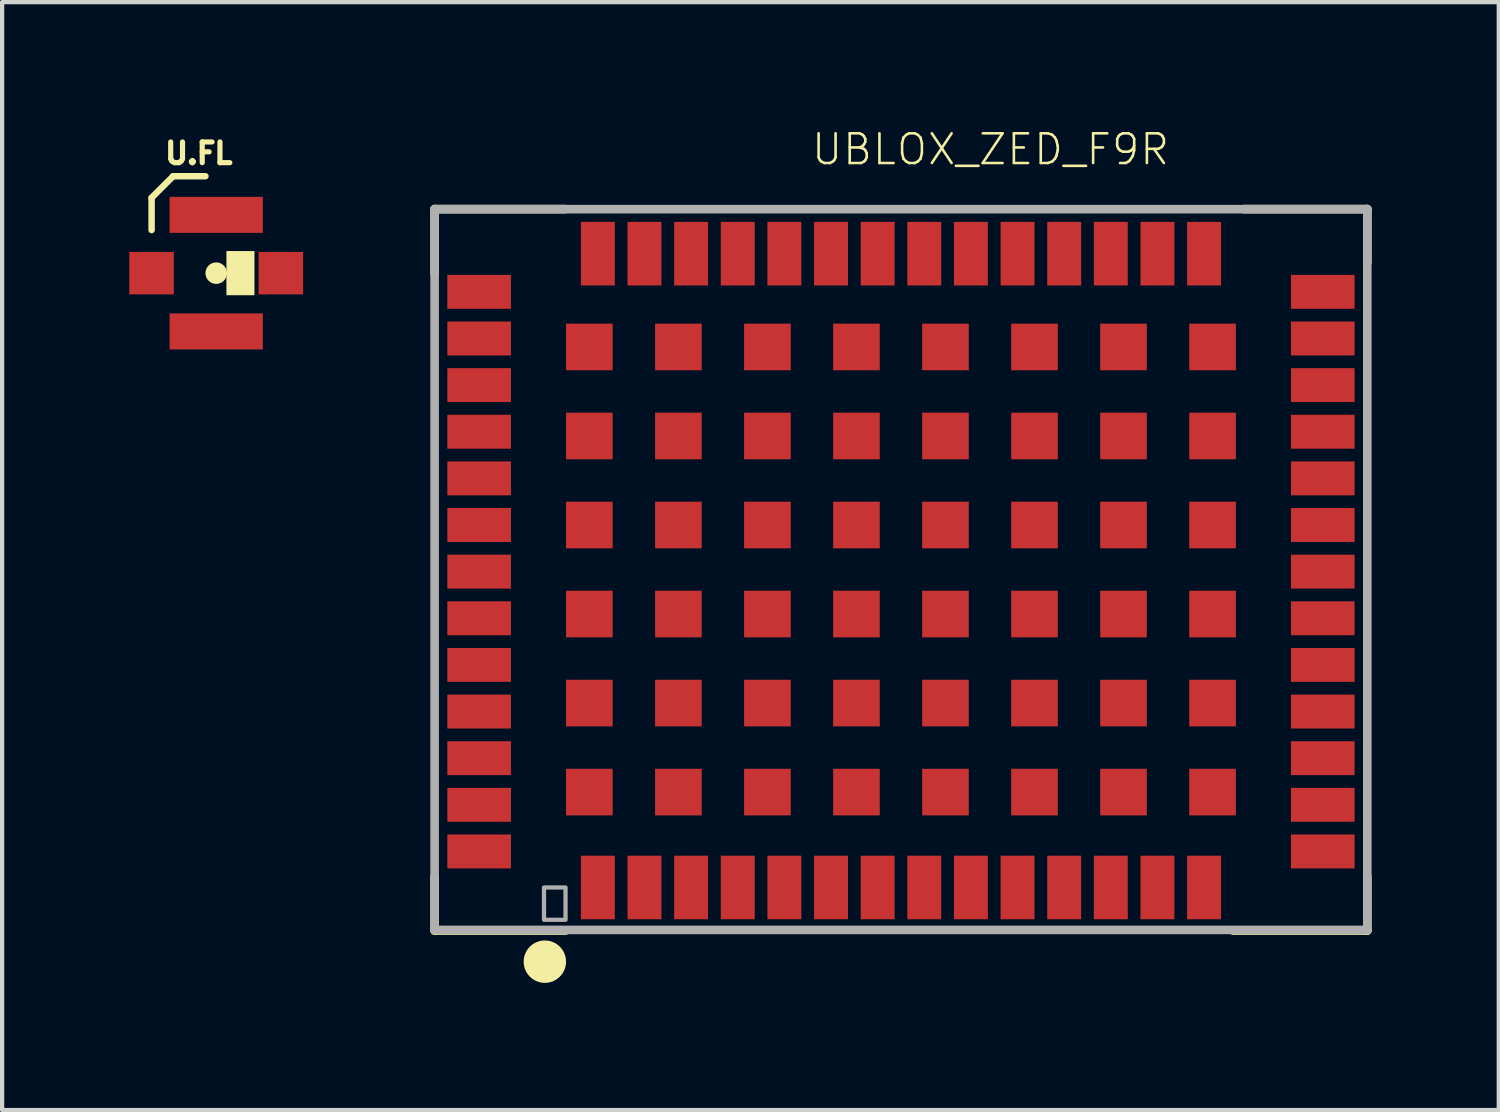
<source format=kicad_pcb>
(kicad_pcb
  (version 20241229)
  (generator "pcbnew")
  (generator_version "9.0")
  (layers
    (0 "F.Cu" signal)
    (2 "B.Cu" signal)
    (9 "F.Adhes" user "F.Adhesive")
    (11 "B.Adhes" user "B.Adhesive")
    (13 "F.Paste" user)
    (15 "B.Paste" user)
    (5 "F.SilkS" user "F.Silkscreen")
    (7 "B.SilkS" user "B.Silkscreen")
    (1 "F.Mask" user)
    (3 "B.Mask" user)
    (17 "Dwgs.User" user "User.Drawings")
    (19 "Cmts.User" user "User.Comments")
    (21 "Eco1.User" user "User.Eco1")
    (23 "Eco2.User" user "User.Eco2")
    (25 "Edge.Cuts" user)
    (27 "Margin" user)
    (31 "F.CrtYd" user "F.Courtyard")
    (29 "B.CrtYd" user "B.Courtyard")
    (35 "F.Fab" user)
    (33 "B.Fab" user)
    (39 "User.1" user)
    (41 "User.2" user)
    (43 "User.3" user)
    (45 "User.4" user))
  (footprint "U.FL"
    (layer "F.Cu")
    (at 2.05 3.393)
    (property "Reference" "U.FL" (at -1.27 -2.54 0) (layer "F.SilkS") (effects (font (size 0.488 0.488) (thickness 0.122)) (justify left bottom)))
    (fp_line (start -1.524 -1.778) (end -1.016 -2.286) (stroke (width 0.152) (type solid)) (layer "F.SilkS"))
    (fp_line (start -1.524 -1.016) (end -1.524 -1.778) (stroke (width 0.152) (type solid)) (layer "F.SilkS"))
    (fp_line (start -1.016 -2.286) (end -0.254 -2.286) (stroke (width 0.152) (type solid)) (layer "F.SilkS"))
    (fp_circle (center 0 0) (end 0.127 0) (stroke (width 0.254) (type solid)) (fill no) (layer "F.SilkS"))
    (fp_poly (pts (xy 0.902 0.521) (xy 0.241 0.521) (xy 0.241 -0.521) (xy 0.902 -0.521)) (stroke (width 0) (type solid)) (fill yes) (layer "F.SilkS"))
    (pad "1" smd rect (at 0 -1.375) (size 2.2 0.85) (layers "F.Cu" "F.Mask" "F.Paste"))
    (pad "2" smd rect (at 0 1.375) (size 2.2 0.85) (layers "F.Cu" "F.Mask" "F.Paste"))
    (pad "FEED" smd rect (at 1.525 0) (size 1.05 1) (layers "F.Cu" "F.Mask" "F.Paste"))
    (pad "NC" smd rect (at -1.525 0) (size 1.05 1) (layers "F.Cu" "F.Mask" "F.Paste")))
  (footprint "UBLOX_ZED_F9R"
    (layer "F.Cu")
    (at 18.164 10.264)
    (property "Reference" "UBLOX_ZED_F9R" (at -2.112 -9.38 0) (layer "F.SilkS") (effects (font (size 0.701 0.701) (thickness 0.061)) (justify left bottom)))
    (fp_line (start -10.962 -8.382) (end -7.874 -8.382) (stroke (width 0.203) (type solid)) (layer "F.SilkS"))
    (fp_line (start -10.962 -6.858) (end -10.962 -8.382) (stroke (width 0.203) (type solid)) (layer "F.SilkS"))
    (fp_line (start -10.962 8.636) (end -10.962 7.366) (stroke (width 0.203) (type solid)) (layer "F.SilkS"))
    (fp_line (start -10.962 8.636) (end -7.874 8.636) (stroke (width 0.203) (type solid)) (layer "F.SilkS"))
    (fp_line (start 7.874 8.636) (end 11.038 8.636) (stroke (width 0.203) (type solid)) (layer "F.SilkS"))
    (fp_line (start 8.128 -8.382) (end 11.038 -8.382) (stroke (width 0.203) (type solid)) (layer "F.SilkS"))
    (fp_line (start 11.038 -8.382) (end 11.038 -7.112) (stroke (width 0.203) (type solid)) (layer "F.SilkS"))
    (fp_line (start 11.038 8.636) (end 11.038 7.366) (stroke (width 0.203) (type solid)) (layer "F.SilkS"))
    (fp_circle (center -8.362 9.37) (end -8.112 9.37) (stroke (width 0.5) (type solid)) (fill yes) (layer "F.SilkS"))
    (fp_line (start -10.962 -8.38) (end -10.962 8.62) (stroke (width 0.203) (type solid)) (layer "F.Fab"))
    (fp_line (start -10.962 8.62) (end 11.038 8.62) (stroke (width 0.203) (type solid)) (layer "F.Fab"))
    (fp_line (start 11.038 -8.38) (end -10.962 -8.38) (stroke (width 0.203) (type solid)) (layer "F.Fab"))
    (fp_line (start 11.038 8.62) (end 11.038 -8.38) (stroke (width 0.203) (type solid)) (layer "F.Fab"))
    (fp_poly (pts (xy -8.382 8.382) (xy -7.874 8.382) (xy -7.874 7.62) (xy -8.382 7.62)) (stroke (width 0.1) (type solid)) (fill no) (layer "F.Fab"))
    (pad "G1" smd rect (at -7.312 5.37) (size 1.1 1.1) (layers "F.Cu" "F.Mask" "F.Paste"))
    (pad "G2" smd rect (at -5.212 5.37) (size 1.1 1.1) (layers "F.Cu" "F.Mask" "F.Paste"))
    (pad "G3" smd rect (at -3.112 5.37) (size 1.1 1.1) (layers "F.Cu" "F.Mask" "F.Paste"))
    (pad "G4" smd rect (at -1.012 5.37) (size 1.1 1.1) (layers "F.Cu" "F.Mask" "F.Paste"))
    (pad "G5" smd rect (at 1.088 5.37) (size 1.1 1.1) (layers "F.Cu" "F.Mask" "F.Paste"))
    (pad "G6" smd rect (at 3.188 5.37) (size 1.1 1.1) (layers "F.Cu" "F.Mask" "F.Paste"))
    (pad "G7" smd rect (at 5.288 5.37) (size 1.1 1.1) (layers "F.Cu" "F.Mask" "F.Paste"))
    (pad "G8" smd rect (at 7.388 5.37) (size 1.1 1.1) (layers "F.Cu" "F.Mask" "F.Paste"))
    (pad "G9" smd rect (at 7.388 3.27) (size 1.1 1.1) (layers "F.Cu" "F.Mask" "F.Paste"))
    (pad "G10" smd rect (at 5.288 3.27) (size 1.1 1.1) (layers "F.Cu" "F.Mask" "F.Paste"))
    (pad "G11" smd rect (at 3.188 3.27) (size 1.1 1.1) (layers "F.Cu" "F.Mask" "F.Paste"))
    (pad "G12" smd rect (at 1.088 3.27) (size 1.1 1.1) (layers "F.Cu" "F.Mask" "F.Paste"))
    (pad "G13" smd rect (at -1.012 3.27) (size 1.1 1.1) (layers "F.Cu" "F.Mask" "F.Paste"))
    (pad "G14" smd rect (at -3.112 3.27) (size 1.1 1.1) (layers "F.Cu" "F.Mask" "F.Paste"))
    (pad "G15" smd rect (at -5.212 3.27) (size 1.1 1.1) (layers "F.Cu" "F.Mask" "F.Paste"))
    (pad "G16" smd rect (at -7.312 3.27) (size 1.1 1.1) (layers "F.Cu" "F.Mask" "F.Paste"))
    (pad "G17" smd rect (at -7.312 1.17) (size 1.1 1.1) (layers "F.Cu" "F.Mask" "F.Paste"))
    (pad "G18" smd rect (at -5.212 1.17) (size 1.1 1.1) (layers "F.Cu" "F.Mask" "F.Paste"))
    (pad "G19" smd rect (at -3.112 1.17) (size 1.1 1.1) (layers "F.Cu" "F.Mask" "F.Paste"))
    (pad "G20" smd rect (at -1.012 1.17) (size 1.1 1.1) (layers "F.Cu" "F.Mask" "F.Paste"))
    (pad "G21" smd rect (at 1.088 1.17) (size 1.1 1.1) (layers "F.Cu" "F.Mask" "F.Paste"))
    (pad "G22" smd rect (at 3.188 1.17) (size 1.1 1.1) (layers "F.Cu" "F.Mask" "F.Paste"))
    (pad "G23" smd rect (at 5.288 1.17) (size 1.1 1.1) (layers "F.Cu" "F.Mask" "F.Paste"))
    (pad "G24" smd rect (at 7.388 1.17) (size 1.1 1.1) (layers "F.Cu" "F.Mask" "F.Paste"))
    (pad "G25" smd rect (at 7.388 -0.93) (size 1.1 1.1) (layers "F.Cu" "F.Mask" "F.Paste"))
    (pad "G26" smd rect (at 5.288 -0.93) (size 1.1 1.1) (layers "F.Cu" "F.Mask" "F.Paste"))
    (pad "G27" smd rect (at 3.188 -0.93) (size 1.1 1.1) (layers "F.Cu" "F.Mask" "F.Paste"))
    (pad "G28" smd rect (at 1.088 -0.93) (size 1.1 1.1) (layers "F.Cu" "F.Mask" "F.Paste"))
    (pad "G29" smd rect (at -1.012 -0.93) (size 1.1 1.1) (layers "F.Cu" "F.Mask" "F.Paste"))
    (pad "G30" smd rect (at -3.112 -0.93) (size 1.1 1.1) (layers "F.Cu" "F.Mask" "F.Paste"))
    (pad "G31" smd rect (at -5.212 -0.93) (size 1.1 1.1) (layers "F.Cu" "F.Mask" "F.Paste"))
    (pad "G32" smd rect (at -7.312 -0.93) (size 1.1 1.1) (layers "F.Cu" "F.Mask" "F.Paste"))
    (pad "G33" smd rect (at -7.312 -3.03) (size 1.1 1.1) (layers "F.Cu" "F.Mask" "F.Paste"))
    (pad "G34" smd rect (at -5.212 -3.03) (size 1.1 1.1) (layers "F.Cu" "F.Mask" "F.Paste"))
    (pad "G35" smd rect (at -3.112 -3.03) (size 1.1 1.1) (layers "F.Cu" "F.Mask" "F.Paste"))
    (pad "G36" smd rect (at -1.012 -3.03) (size 1.1 1.1) (layers "F.Cu" "F.Mask" "F.Paste"))
    (pad "G37" smd rect (at 1.088 -3.03) (size 1.1 1.1) (layers "F.Cu" "F.Mask" "F.Paste"))
    (pad "G38" smd rect (at 3.188 -3.03) (size 1.1 1.1) (layers "F.Cu" "F.Mask" "F.Paste"))
    (pad "G39" smd rect (at 5.288 -3.03) (size 1.1 1.1) (layers "F.Cu" "F.Mask" "F.Paste"))
    (pad "G40" smd rect (at 7.388 -3.03) (size 1.1 1.1) (layers "F.Cu" "F.Mask" "F.Paste"))
    (pad "G41" smd rect (at 7.388 -5.13) (size 1.1 1.1) (layers "F.Cu" "F.Mask" "F.Paste"))
    (pad "G42" smd rect (at 5.288 -5.13) (size 1.1 1.1) (layers "F.Cu" "F.Mask" "F.Paste"))
    (pad "G43" smd rect (at 3.188 -5.13) (size 1.1 1.1) (layers "F.Cu" "F.Mask" "F.Paste"))
    (pad "G44" smd rect (at 1.088 -5.13) (size 1.1 1.1) (layers "F.Cu" "F.Mask" "F.Paste"))
    (pad "G45" smd rect (at -1.012 -5.13) (size 1.1 1.1) (layers "F.Cu" "F.Mask" "F.Paste"))
    (pad "G46" smd rect (at -3.112 -5.13) (size 1.1 1.1) (layers "F.Cu" "F.Mask" "F.Paste"))
    (pad "G47" smd rect (at -5.212 -5.13) (size 1.1 1.1) (layers "F.Cu" "F.Mask" "F.Paste"))
    (pad "G48" smd rect (at -7.312 -5.13) (size 1.1 1.1) (layers "F.Cu" "F.Mask" "F.Paste"))
    (pad "P1" smd rect (at -7.112 7.62) (size 0.8 1.5) (layers "F.Cu" "F.Mask" "F.Paste"))
    (pad "P2" smd rect (at -6.012 7.62) (size 0.8 1.5) (layers "F.Cu" "F.Mask" "F.Paste"))
    (pad "P3" smd rect (at -4.912 7.62) (size 0.8 1.5) (layers "F.Cu" "F.Mask" "F.Paste"))
    (pad "P4" smd rect (at -3.812 7.62) (size 0.8 1.5) (layers "F.Cu" "F.Mask" "F.Paste"))
    (pad "P5" smd rect (at -2.712 7.62) (size 0.8 1.5) (layers "F.Cu" "F.Mask" "F.Paste"))
    (pad "P6" smd rect (at -1.612 7.62) (size 0.8 1.5) (layers "F.Cu" "F.Mask" "F.Paste"))
    (pad "P7" smd rect (at -0.512 7.62) (size 0.8 1.5) (layers "F.Cu" "F.Mask" "F.Paste"))
    (pad "P8" smd rect (at 0.588 7.62) (size 0.8 1.5) (layers "F.Cu" "F.Mask" "F.Paste"))
    (pad "P9" smd rect (at 1.688 7.62) (size 0.8 1.5) (layers "F.Cu" "F.Mask" "F.Paste"))
    (pad "P10" smd rect (at 2.788 7.62) (size 0.8 1.5) (layers "F.Cu" "F.Mask" "F.Paste"))
    (pad "P11" smd rect (at 3.888 7.62) (size 0.8 1.5) (layers "F.Cu" "F.Mask" "F.Paste"))
    (pad "P12" smd rect (at 4.988 7.62) (size 0.8 1.5) (layers "F.Cu" "F.Mask" "F.Paste"))
    (pad "P13" smd rect (at 6.088 7.62) (size 0.8 1.5) (layers "F.Cu" "F.Mask" "F.Paste"))
    (pad "P14" smd rect (at 7.188 7.62) (size 0.8 1.5) (layers "F.Cu" "F.Mask" "F.Paste"))
    (pad "P15" smd rect (at 9.988 6.77 90) (size 0.8 1.5) (layers "F.Cu" "F.Mask" "F.Paste"))
    (pad "P16" smd rect (at 9.988 5.67 90) (size 0.8 1.5) (layers "F.Cu" "F.Mask" "F.Paste"))
    (pad "P17" smd rect (at 9.988 4.57 90) (size 0.8 1.5) (layers "F.Cu" "F.Mask" "F.Paste"))
    (pad "P18" smd rect (at 9.988 3.47 90) (size 0.8 1.5) (layers "F.Cu" "F.Mask" "F.Paste"))
    (pad "P19" smd rect (at 9.988 2.37 90) (size 0.8 1.5) (layers "F.Cu" "F.Mask" "F.Paste"))
    (pad "P20" smd rect (at 9.988 1.27 90) (size 0.8 1.5) (layers "F.Cu" "F.Mask" "F.Paste"))
    (pad "P21" smd rect (at 9.988 0.17 90) (size 0.8 1.5) (layers "F.Cu" "F.Mask" "F.Paste"))
    (pad "P22" smd rect (at 9.988 -0.93 90) (size 0.8 1.5) (layers "F.Cu" "F.Mask" "F.Paste"))
    (pad "P23" smd rect (at 9.988 -2.03 90) (size 0.8 1.5) (layers "F.Cu" "F.Mask" "F.Paste"))
    (pad "P24" smd rect (at 9.988 -3.13 90) (size 0.8 1.5) (layers "F.Cu" "F.Mask" "F.Paste"))
    (pad "P25" smd rect (at 9.988 -4.23 90) (size 0.8 1.5) (layers "F.Cu" "F.Mask" "F.Paste"))
    (pad "P26" smd rect (at 9.988 -5.33 90) (size 0.8 1.5) (layers "F.Cu" "F.Mask" "F.Paste"))
    (pad "P27" smd rect (at 9.988 -6.43 90) (size 0.8 1.5) (layers "F.Cu" "F.Mask" "F.Paste"))
    (pad "P28" smd rect (at 7.188 -7.33) (size 0.8 1.5) (layers "F.Cu" "F.Mask" "F.Paste"))
    (pad "P29" smd rect (at 6.088 -7.33) (size 0.8 1.5) (layers "F.Cu" "F.Mask" "F.Paste"))
    (pad "P30" smd rect (at 4.988 -7.33) (size 0.8 1.5) (layers "F.Cu" "F.Mask" "F.Paste"))
    (pad "P31" smd rect (at 3.888 -7.33) (size 0.8 1.5) (layers "F.Cu" "F.Mask" "F.Paste"))
    (pad "P32" smd rect (at 2.788 -7.33) (size 0.8 1.5) (layers "F.Cu" "F.Mask" "F.Paste"))
    (pad "P33" smd rect (at 1.688 -7.33) (size 0.8 1.5) (layers "F.Cu" "F.Mask" "F.Paste"))
    (pad "P34" smd rect (at 0.588 -7.33) (size 0.8 1.5) (layers "F.Cu" "F.Mask" "F.Paste"))
    (pad "P35" smd rect (at -0.512 -7.33) (size 0.8 1.5) (layers "F.Cu" "F.Mask" "F.Paste"))
    (pad "P36" smd rect (at -1.612 -7.33) (size 0.8 1.5) (layers "F.Cu" "F.Mask" "F.Paste"))
    (pad "P37" smd rect (at -2.712 -7.33) (size 0.8 1.5) (layers "F.Cu" "F.Mask" "F.Paste"))
    (pad "P38" smd rect (at -3.812 -7.33) (size 0.8 1.5) (layers "F.Cu" "F.Mask" "F.Paste"))
    (pad "P39" smd rect (at -4.912 -7.33) (size 0.8 1.5) (layers "F.Cu" "F.Mask" "F.Paste"))
    (pad "P40" smd rect (at -6.012 -7.33) (size 0.8 1.5) (layers "F.Cu" "F.Mask" "F.Paste"))
    (pad "P41" smd rect (at -7.112 -7.33) (size 0.8 1.5) (layers "F.Cu" "F.Mask" "F.Paste"))
    (pad "P42" smd rect (at -9.912 -6.43 270) (size 0.8 1.5) (layers "F.Cu" "F.Mask" "F.Paste"))
    (pad "P43" smd rect (at -9.912 -5.33 270) (size 0.8 1.5) (layers "F.Cu" "F.Mask" "F.Paste"))
    (pad "P44" smd rect (at -9.912 -4.23 270) (size 0.8 1.5) (layers "F.Cu" "F.Mask" "F.Paste"))
    (pad "P45" smd rect (at -9.912 -3.13 270) (size 0.8 1.5) (layers "F.Cu" "F.Mask" "F.Paste"))
    (pad "P46" smd rect (at -9.912 -2.03 270) (size 0.8 1.5) (layers "F.Cu" "F.Mask" "F.Paste"))
    (pad "P47" smd rect (at -9.912 -0.93 270) (size 0.8 1.5) (layers "F.Cu" "F.Mask" "F.Paste"))
    (pad "P48" smd rect (at -9.912 0.17 270) (size 0.8 1.5) (layers "F.Cu" "F.Mask" "F.Paste"))
    (pad "P49" smd rect (at -9.912 1.27 270) (size 0.8 1.5) (layers "F.Cu" "F.Mask" "F.Paste"))
    (pad "P50" smd rect (at -9.912 2.37 270) (size 0.8 1.5) (layers "F.Cu" "F.Mask" "F.Paste"))
    (pad "P51" smd rect (at -9.912 3.47 270) (size 0.8 1.5) (layers "F.Cu" "F.Mask" "F.Paste"))
    (pad "P52" smd rect (at -9.912 4.57 270) (size 0.8 1.5) (layers "F.Cu" "F.Mask" "F.Paste"))
    (pad "P53" smd rect (at -9.912 5.67 270) (size 0.8 1.5) (layers "F.Cu" "F.Mask" "F.Paste"))
    (pad "P54" smd rect (at -9.912 6.77 270) (size 0.8 1.5) (layers "F.Cu" "F.Mask" "F.Paste")))
  (gr_rect
    (start -3 -3)
    (end 32.303 23.134)
    (stroke (width 0.1) (type default))
    (fill no)
    (layer "Edge.Cuts")))
</source>
